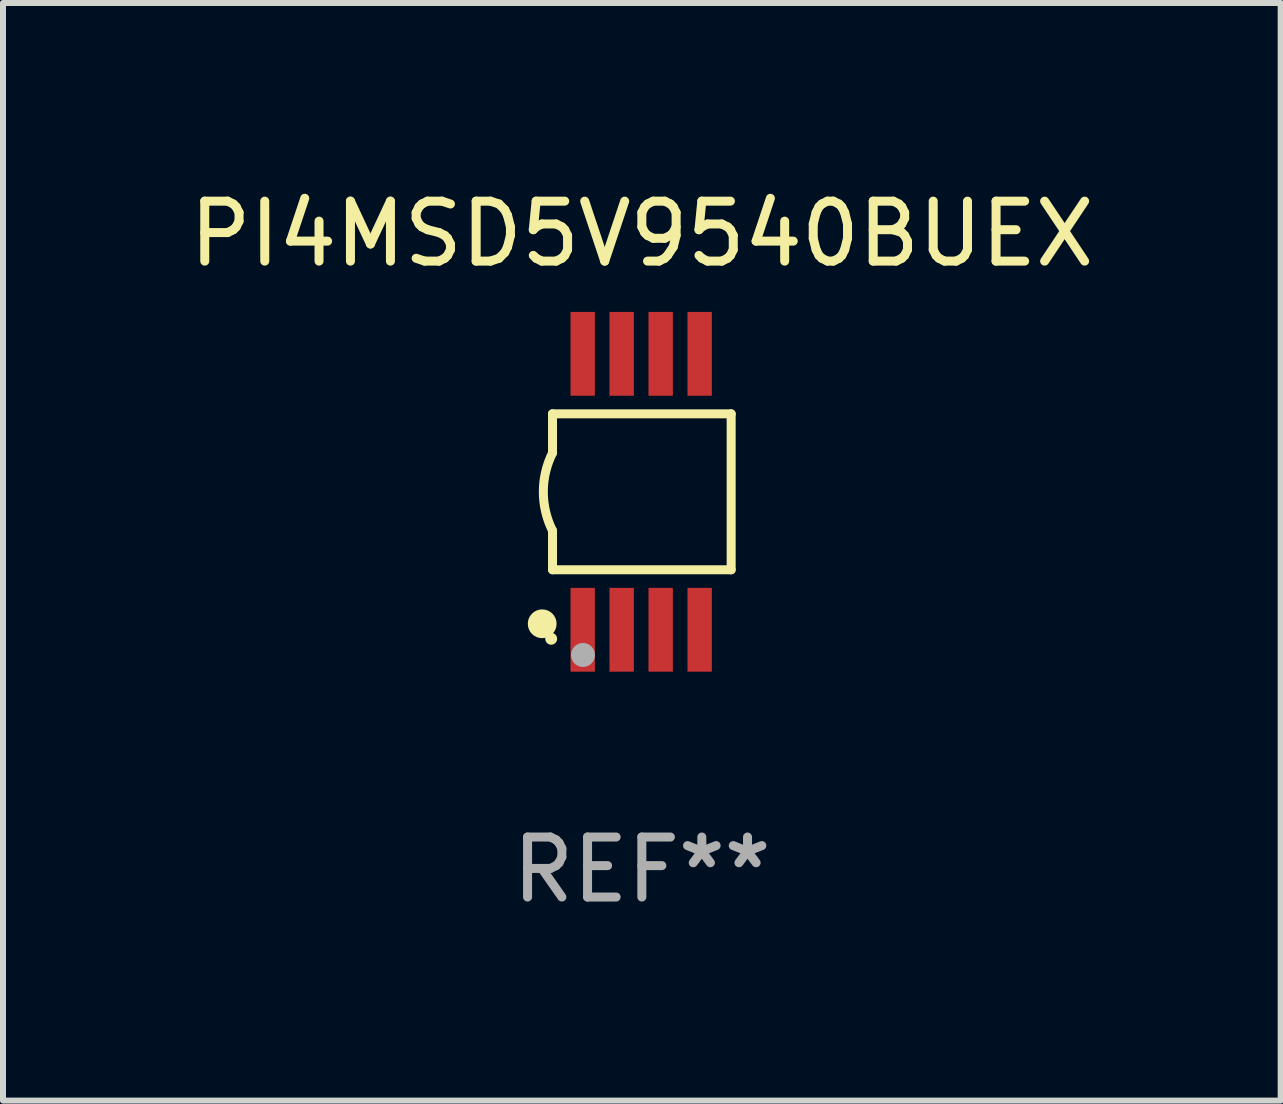
<source format=kicad_pcb>
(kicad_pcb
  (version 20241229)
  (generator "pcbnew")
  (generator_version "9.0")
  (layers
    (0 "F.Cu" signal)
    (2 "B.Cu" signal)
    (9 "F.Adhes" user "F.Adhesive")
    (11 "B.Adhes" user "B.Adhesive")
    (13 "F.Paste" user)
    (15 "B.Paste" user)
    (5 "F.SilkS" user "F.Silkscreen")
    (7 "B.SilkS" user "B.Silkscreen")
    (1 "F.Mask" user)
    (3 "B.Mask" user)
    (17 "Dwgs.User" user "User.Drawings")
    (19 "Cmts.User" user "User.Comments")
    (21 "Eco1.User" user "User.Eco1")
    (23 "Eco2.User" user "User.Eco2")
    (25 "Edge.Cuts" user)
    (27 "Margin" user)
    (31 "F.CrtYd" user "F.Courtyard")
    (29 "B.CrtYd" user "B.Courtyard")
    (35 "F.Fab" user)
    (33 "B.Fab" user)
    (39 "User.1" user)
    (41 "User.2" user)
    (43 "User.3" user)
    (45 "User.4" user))
  (footprint "PI4MSD5V9540BUEX"
    (layer "F.Cu")
    (at 7.649 5.148)
    (property "Reference" "PI4MSD5V9540BUEX" (at 0 -4.3 0) (layer "F.SilkS") (effects (font (size 1 1) (thickness 0.15))))
    (attr through_hole)
    (fp_line (start -1.489 -1.3) (end -1.489 -0.648) (stroke (width 0.15) (type solid)) (layer "F.SilkS"))
    (fp_line (start -1.489 0.648) (end -1.489 1.3) (stroke (width 0.15) (type solid)) (layer "F.SilkS"))
    (fp_line (start -1.489 1.3) (end 1.489 1.3) (stroke (width 0.15) (type solid)) (layer "F.SilkS"))
    (fp_line (start 1.489 -1.3) (end -1.489 -1.3) (stroke (width 0.15) (type solid)) (layer "F.SilkS"))
    (fp_line (start 1.489 1.3) (end 1.489 -1.3) (stroke (width 0.15) (type solid)) (layer "F.SilkS"))
    (fp_arc (start -1.489205 0.647702) (mid -1.642107 0) (end -1.489205 -0.647701) (stroke (width 0.150013) (type solid)) (layer "F.SilkS"))
    (fp_circle (center -1.661 2.2) (end -1.541 2.2) (stroke (width 0.24) (type solid)) (fill no) (layer "F.SilkS"))
    (fp_circle (center -1.511 2.45) (end -1.461 2.45) (stroke (width 0.1) (type solid)) (fill no) (layer "F.SilkS"))
    (fp_circle (center -0.981 2.72) (end -0.881 2.72) (stroke (width 0.2) (type solid)) (fill no) (layer "F.Fab"))
    (fp_text user "REF**" (at 0 6.3 0) (layer "F.Fab") (effects (font (size 1 1) (thickness 0.15))))
    (pad "1" smd rect (at -0.986 2.3) (size 0.406 1.397) (layers "F.Cu" "F.Mask" "F.Paste"))
    (pad "2" smd rect (at -0.336 2.3) (size 0.406 1.397) (layers "F.Cu" "F.Mask" "F.Paste"))
    (pad "3" smd rect (at 0.314 2.3) (size 0.406 1.397) (layers "F.Cu" "F.Mask" "F.Paste"))
    (pad "4" smd rect (at 0.964 2.3) (size 0.406 1.397) (layers "F.Cu" "F.Mask" "F.Paste"))
    (pad "5" smd rect (at 0.964 -2.3) (size 0.406 1.397) (layers "F.Cu" "F.Mask" "F.Paste"))
    (pad "6" smd rect (at 0.314 -2.3) (size 0.406 1.397) (layers "F.Cu" "F.Mask" "F.Paste"))
    (pad "7" smd rect (at -0.336 -2.3) (size 0.406 1.397) (layers "F.Cu" "F.Mask" "F.Paste"))
    (pad "8" smd rect (at -0.986 -2.3) (size 0.406 1.397) (layers "F.Cu" "F.Mask" "F.Paste")))
  (gr_rect
    (start -3 -3)
    (end 18.298 15.296)
    (stroke (width 0.1) (type default))
    (fill no)
    (layer "Edge.Cuts")))
</source>
